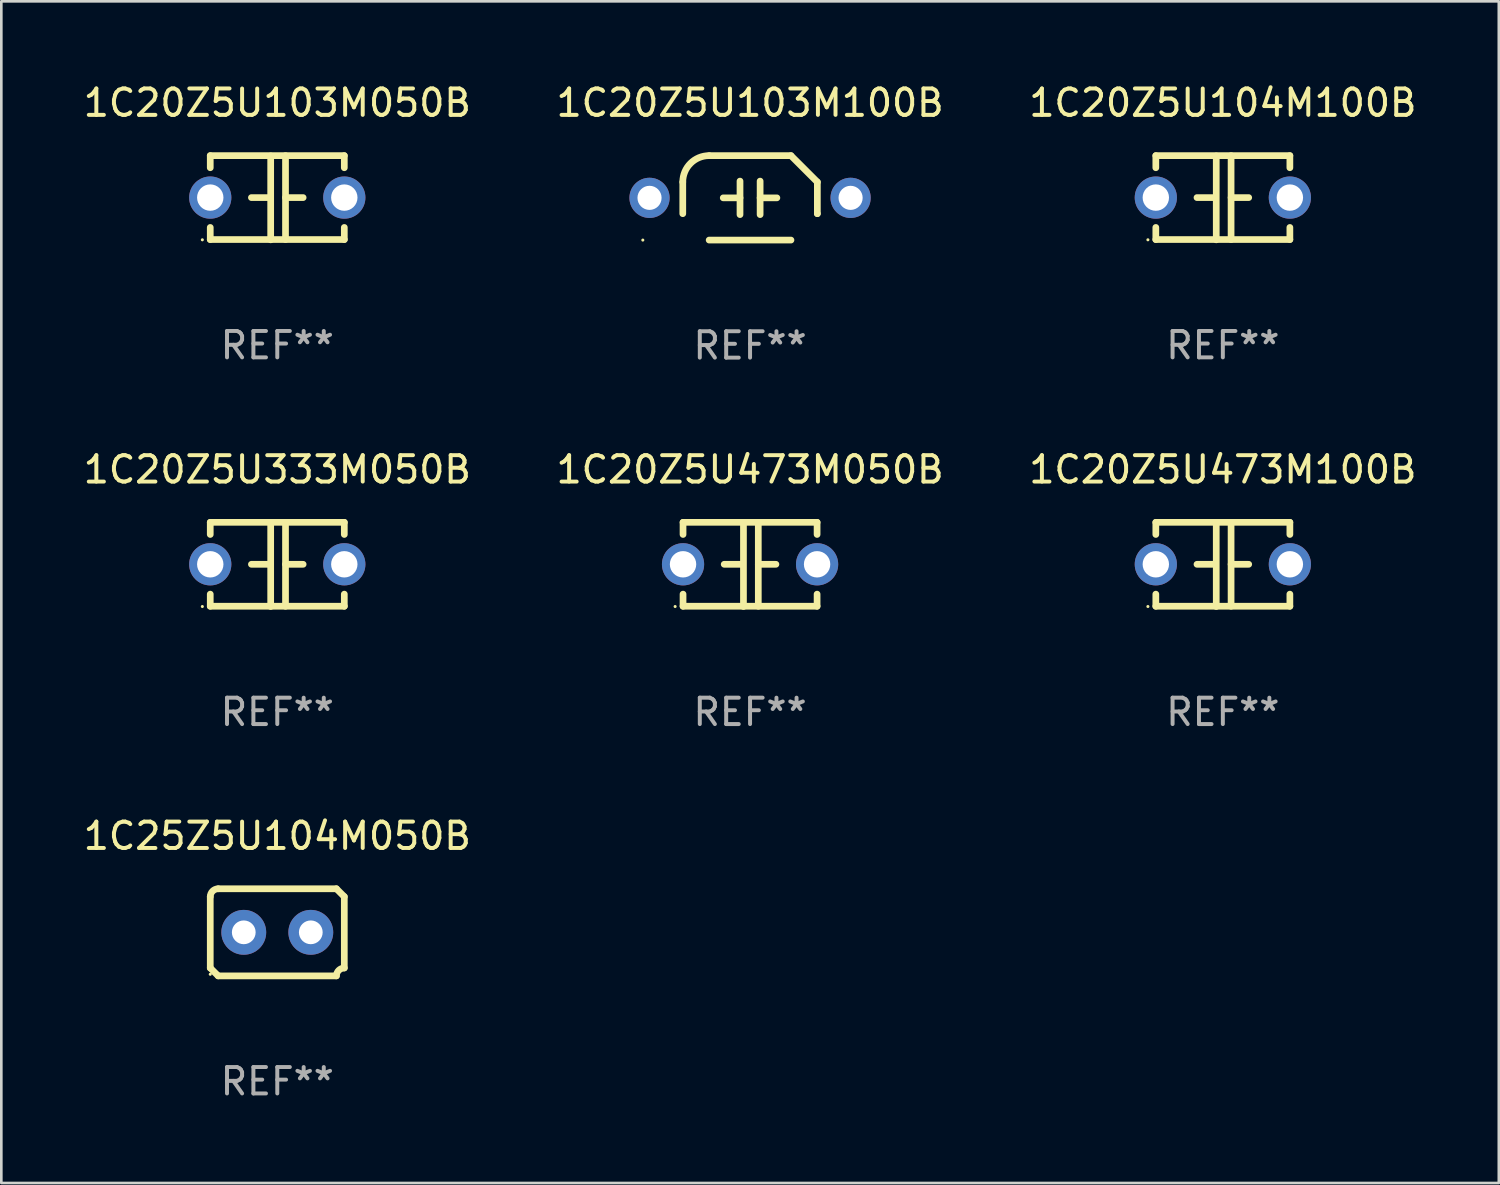
<source format=kicad_pcb>
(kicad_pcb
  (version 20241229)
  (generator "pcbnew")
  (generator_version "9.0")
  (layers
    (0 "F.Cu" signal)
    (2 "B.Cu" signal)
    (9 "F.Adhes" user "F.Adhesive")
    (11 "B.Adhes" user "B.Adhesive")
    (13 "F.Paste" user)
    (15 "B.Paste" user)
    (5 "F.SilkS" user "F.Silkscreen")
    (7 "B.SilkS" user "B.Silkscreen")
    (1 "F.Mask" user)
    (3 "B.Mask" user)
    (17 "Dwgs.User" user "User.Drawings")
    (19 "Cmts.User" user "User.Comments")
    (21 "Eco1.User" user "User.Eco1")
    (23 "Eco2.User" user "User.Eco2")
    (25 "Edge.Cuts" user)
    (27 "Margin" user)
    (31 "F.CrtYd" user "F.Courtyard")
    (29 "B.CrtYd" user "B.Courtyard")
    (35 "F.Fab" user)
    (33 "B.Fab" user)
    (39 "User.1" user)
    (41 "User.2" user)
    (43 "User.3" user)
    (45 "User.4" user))
  (footprint "1C20Z5U104M100B"
    (layer "F.Cu")
    (at 43.292 4.443)
    (property "Reference" "1C20Z5U104M100B" (at 0 -3.595 0) (layer "F.SilkS") (effects (font (size 1 1) (thickness 0.15))))
    (attr through_hole)
    (fp_line (start -2.54 -1.595) (end -2.54 -1.136) (stroke (width 0.254) (type solid)) (layer "F.SilkS"))
    (fp_line (start -2.54 -1.595) (end 2.54 -1.595) (stroke (width 0.254) (type solid)) (layer "F.SilkS"))
    (fp_line (start -2.54 1.126) (end -2.54 1.585) (stroke (width 0.254) (type solid)) (layer "F.SilkS"))
    (fp_line (start -0.312 -0.005) (end -0.98 -0.005) (stroke (width 0.254) (type solid)) (layer "F.SilkS"))
    (fp_line (start -0.25 -1.585) (end -0.25 1.595) (stroke (width 0.254) (type solid)) (layer "F.SilkS"))
    (fp_line (start 0.312 -1.595) (end 0.312 1.585) (stroke (width 0.254) (type solid)) (layer "F.SilkS"))
    (fp_line (start 0.312 -0.005) (end 0.98 -0.005) (stroke (width 0.254) (type solid)) (layer "F.SilkS"))
    (fp_line (start 2.54 -1.595) (end 2.54 -1.136) (stroke (width 0.254) (type solid)) (layer "F.SilkS"))
    (fp_line (start 2.54 1.126) (end 2.54 1.585) (stroke (width 0.254) (type solid)) (layer "F.SilkS"))
    (fp_line (start 2.54 1.585) (end -2.54 1.585) (stroke (width 0.254) (type solid)) (layer "F.SilkS"))
    (fp_circle (center -2.84 1.595) (end -2.81 1.595) (stroke (width 0.06) (type solid)) (fill no) (layer "F.SilkS"))
    (fp_text user "REF**" (at 0 5.595 0) (layer "F.Fab") (effects (font (size 1 1) (thickness 0.15))))
    (pad "1" thru_hole circle (at -2.54 -0.005) (size 1.6 1.6) (drill 1) (layers "*.Cu" "*.Mask"))
    (pad "2" thru_hole circle (at 2.54 -0.005) (size 1.6 1.6) (drill 1) (layers "*.Cu" "*.Mask")))
  (footprint "1C20Z5U333M050B"
    (layer "F.Cu")
    (at 7.458 18.34)
    (property "Reference" "1C20Z5U333M050B" (at 0 -3.595 0) (layer "F.SilkS") (effects (font (size 1 1) (thickness 0.15))))
    (attr through_hole)
    (fp_line (start -2.54 -1.595) (end -2.54 -1.136) (stroke (width 0.254) (type solid)) (layer "F.SilkS"))
    (fp_line (start -2.54 -1.595) (end 2.54 -1.595) (stroke (width 0.254) (type solid)) (layer "F.SilkS"))
    (fp_line (start -2.54 1.126) (end -2.54 1.585) (stroke (width 0.254) (type solid)) (layer "F.SilkS"))
    (fp_line (start -0.312 -0.005) (end -0.98 -0.005) (stroke (width 0.254) (type solid)) (layer "F.SilkS"))
    (fp_line (start -0.25 -1.585) (end -0.25 1.595) (stroke (width 0.254) (type solid)) (layer "F.SilkS"))
    (fp_line (start 0.312 -1.595) (end 0.312 1.585) (stroke (width 0.254) (type solid)) (layer "F.SilkS"))
    (fp_line (start 0.312 -0.005) (end 0.98 -0.005) (stroke (width 0.254) (type solid)) (layer "F.SilkS"))
    (fp_line (start 2.54 -1.595) (end 2.54 -1.136) (stroke (width 0.254) (type solid)) (layer "F.SilkS"))
    (fp_line (start 2.54 1.126) (end 2.54 1.585) (stroke (width 0.254) (type solid)) (layer "F.SilkS"))
    (fp_line (start 2.54 1.585) (end -2.54 1.585) (stroke (width 0.254) (type solid)) (layer "F.SilkS"))
    (fp_circle (center -2.84 1.595) (end -2.81 1.595) (stroke (width 0.06) (type solid)) (fill no) (layer "F.SilkS"))
    (fp_text user "REF**" (at 0 5.595 0) (layer "F.Fab") (effects (font (size 1 1) (thickness 0.15))))
    (pad "1" thru_hole circle (at -2.54 -0.005) (size 1.6 1.6) (drill 1) (layers "*.Cu" "*.Mask"))
    (pad "2" thru_hole circle (at 2.54 -0.005) (size 1.6 1.6) (drill 1) (layers "*.Cu" "*.Mask")))
  (footprint "1C20Z5U473M050B"
    (layer "F.Cu")
    (at 25.375 18.34)
    (property "Reference" "1C20Z5U473M050B" (at 0 -3.595 0) (layer "F.SilkS") (effects (font (size 1 1) (thickness 0.15))))
    (attr through_hole)
    (fp_line (start -2.54 -1.595) (end -2.54 -1.136) (stroke (width 0.254) (type solid)) (layer "F.SilkS"))
    (fp_line (start -2.54 -1.595) (end 2.54 -1.595) (stroke (width 0.254) (type solid)) (layer "F.SilkS"))
    (fp_line (start -2.54 1.126) (end -2.54 1.585) (stroke (width 0.254) (type solid)) (layer "F.SilkS"))
    (fp_line (start -0.312 -0.005) (end -0.98 -0.005) (stroke (width 0.254) (type solid)) (layer "F.SilkS"))
    (fp_line (start -0.25 -1.585) (end -0.25 1.595) (stroke (width 0.254) (type solid)) (layer "F.SilkS"))
    (fp_line (start 0.312 -1.595) (end 0.312 1.585) (stroke (width 0.254) (type solid)) (layer "F.SilkS"))
    (fp_line (start 0.312 -0.005) (end 0.98 -0.005) (stroke (width 0.254) (type solid)) (layer "F.SilkS"))
    (fp_line (start 2.54 -1.595) (end 2.54 -1.136) (stroke (width 0.254) (type solid)) (layer "F.SilkS"))
    (fp_line (start 2.54 1.126) (end 2.54 1.585) (stroke (width 0.254) (type solid)) (layer "F.SilkS"))
    (fp_line (start 2.54 1.585) (end -2.54 1.585) (stroke (width 0.254) (type solid)) (layer "F.SilkS"))
    (fp_circle (center -2.84 1.595) (end -2.81 1.595) (stroke (width 0.06) (type solid)) (fill no) (layer "F.SilkS"))
    (fp_text user "REF**" (at 0 5.595 0) (layer "F.Fab") (effects (font (size 1 1) (thickness 0.15))))
    (pad "1" thru_hole circle (at -2.54 -0.005) (size 1.6 1.6) (drill 1) (layers "*.Cu" "*.Mask"))
    (pad "2" thru_hole circle (at 2.54 -0.005) (size 1.6 1.6) (drill 1) (layers "*.Cu" "*.Mask")))
  (footprint "1C20Z5U103M050B"
    (layer "F.Cu")
    (at 7.458 4.443)
    (property "Reference" "1C20Z5U103M050B" (at 0 -3.595 0) (layer "F.SilkS") (effects (font (size 1 1) (thickness 0.15))))
    (attr through_hole)
    (fp_line (start -2.54 -1.595) (end -2.54 -1.136) (stroke (width 0.254) (type solid)) (layer "F.SilkS"))
    (fp_line (start -2.54 -1.595) (end 2.54 -1.595) (stroke (width 0.254) (type solid)) (layer "F.SilkS"))
    (fp_line (start -2.54 1.126) (end -2.54 1.585) (stroke (width 0.254) (type solid)) (layer "F.SilkS"))
    (fp_line (start -0.312 -0.005) (end -0.98 -0.005) (stroke (width 0.254) (type solid)) (layer "F.SilkS"))
    (fp_line (start -0.25 -1.585) (end -0.25 1.595) (stroke (width 0.254) (type solid)) (layer "F.SilkS"))
    (fp_line (start 0.312 -1.595) (end 0.312 1.585) (stroke (width 0.254) (type solid)) (layer "F.SilkS"))
    (fp_line (start 0.312 -0.005) (end 0.98 -0.005) (stroke (width 0.254) (type solid)) (layer "F.SilkS"))
    (fp_line (start 2.54 -1.595) (end 2.54 -1.136) (stroke (width 0.254) (type solid)) (layer "F.SilkS"))
    (fp_line (start 2.54 1.126) (end 2.54 1.585) (stroke (width 0.254) (type solid)) (layer "F.SilkS"))
    (fp_line (start 2.54 1.585) (end -2.54 1.585) (stroke (width 0.254) (type solid)) (layer "F.SilkS"))
    (fp_circle (center -2.84 1.595) (end -2.81 1.595) (stroke (width 0.06) (type solid)) (fill no) (layer "F.SilkS"))
    (fp_text user "REF**" (at 0 5.595 0) (layer "F.Fab") (effects (font (size 1 1) (thickness 0.15))))
    (pad "1" thru_hole circle (at -2.54 -0.005) (size 1.6 1.6) (drill 1) (layers "*.Cu" "*.Mask"))
    (pad "2" thru_hole circle (at 2.54 -0.005) (size 1.6 1.6) (drill 1) (layers "*.Cu" "*.Mask")))
  (footprint "1C20Z5U473M100B"
    (layer "F.Cu")
    (at 43.292 18.34)
    (property "Reference" "1C20Z5U473M100B" (at 0 -3.595 0) (layer "F.SilkS") (effects (font (size 1 1) (thickness 0.15))))
    (attr through_hole)
    (fp_line (start -2.54 -1.595) (end -2.54 -1.136) (stroke (width 0.254) (type solid)) (layer "F.SilkS"))
    (fp_line (start -2.54 -1.595) (end 2.54 -1.595) (stroke (width 0.254) (type solid)) (layer "F.SilkS"))
    (fp_line (start -2.54 1.126) (end -2.54 1.585) (stroke (width 0.254) (type solid)) (layer "F.SilkS"))
    (fp_line (start -0.312 -0.005) (end -0.98 -0.005) (stroke (width 0.254) (type solid)) (layer "F.SilkS"))
    (fp_line (start -0.25 -1.585) (end -0.25 1.595) (stroke (width 0.254) (type solid)) (layer "F.SilkS"))
    (fp_line (start 0.312 -1.595) (end 0.312 1.585) (stroke (width 0.254) (type solid)) (layer "F.SilkS"))
    (fp_line (start 0.312 -0.005) (end 0.98 -0.005) (stroke (width 0.254) (type solid)) (layer "F.SilkS"))
    (fp_line (start 2.54 -1.595) (end 2.54 -1.136) (stroke (width 0.254) (type solid)) (layer "F.SilkS"))
    (fp_line (start 2.54 1.126) (end 2.54 1.585) (stroke (width 0.254) (type solid)) (layer "F.SilkS"))
    (fp_line (start 2.54 1.585) (end -2.54 1.585) (stroke (width 0.254) (type solid)) (layer "F.SilkS"))
    (fp_circle (center -2.84 1.595) (end -2.81 1.595) (stroke (width 0.06) (type solid)) (fill no) (layer "F.SilkS"))
    (fp_text user "REF**" (at 0 5.595 0) (layer "F.Fab") (effects (font (size 1 1) (thickness 0.15))))
    (pad "1" thru_hole circle (at -2.54 -0.005) (size 1.6 1.6) (drill 1) (layers "*.Cu" "*.Mask"))
    (pad "2" thru_hole circle (at 2.54 -0.005) (size 1.6 1.6) (drill 1) (layers "*.Cu" "*.Mask")))
  (footprint "1C25Z5U104M050B"
    (layer "F.Cu")
    (at 7.458 32.282)
    (property "Reference" "1C25Z5U104M050B" (at 0 -3.651 0) (layer "F.SilkS") (effects (font (size 1 1) (thickness 0.15))))
    (attr through_hole)
    (fp_line (start -2.54 -1.351) (end -2.54 1.351) (stroke (width 0.254) (type solid)) (layer "F.SilkS"))
    (fp_line (start -2.24 -1.651) (end 2.24 -1.651) (stroke (width 0.254) (type solid)) (layer "F.SilkS"))
    (fp_line (start 2.24 1.651) (end -2.24 1.651) (stroke (width 0.254) (type solid)) (layer "F.SilkS"))
    (fp_line (start 2.54 1.351) (end 2.54 -1.351) (stroke (width 0.254) (type solid)) (layer "F.SilkS"))
    (fp_arc (start -2.540005 -1.351283) (mid -2.450115 -1.561309) (end -2.240005 -1.651003) (stroke (width 0.254001) (type solid)) (layer "F.SilkS"))
    (fp_arc (start -2.240287 1.651001) (mid -2.390163 1.501019) (end -2.540005 1.351003) (stroke (width 0.254001) (type solid)) (layer "F.SilkS"))
    (fp_arc (start 2.240005 1.651003) (mid 2.329934 1.441015) (end 2.540005 1.351282) (stroke (width 0.254001) (type solid)) (layer "F.SilkS"))
    (fp_arc (start 2.540005 -1.351003) (mid 2.389393 -1.500252) (end 2.240284 -1.651003) (stroke (width 0.254001) (type solid)) (layer "F.SilkS"))
    (fp_circle (center -2.54 1.59) (end -2.51 1.59) (stroke (width 0.06) (type solid)) (fill no) (layer "F.SilkS"))
    (fp_text user "REF**" (at 0 5.651 0) (layer "F.Fab") (effects (font (size 1 1) (thickness 0.15))))
    (pad "1" thru_hole circle (at -1.27 0) (size 1.7 1.7) (drill 0.9) (layers "*.Cu" "*.Mask"))
    (pad "2" thru_hole circle (at 1.27 0) (size 1.7 1.7) (drill 0.9) (layers "*.Cu" "*.Mask")))
  (footprint "1C20Z5U103M100B"
    (layer "F.Cu")
    (at 25.375 4.448)
    (property "Reference" "1C20Z5U103M100B" (at 0 -3.6 0) (layer "F.SilkS") (effects (font (size 1 1) (thickness 0.15))))
    (attr through_hole)
    (fp_line (start -2.55 0.6) (end -2.55 -0.6) (stroke (width 0.254) (type solid)) (layer "F.SilkS"))
    (fp_line (start -1.55 -1.6) (end 1.55 -1.6) (stroke (width 0.254) (type solid)) (layer "F.SilkS"))
    (fp_line (start -1.016 0) (end -0.381 0) (stroke (width 0.254) (type solid)) (layer "F.SilkS"))
    (fp_line (start -0.381 -0.635) (end -0.381 0.635) (stroke (width 0.254) (type solid)) (layer "F.SilkS"))
    (fp_line (start 0.381 -0.635) (end 0.381 0.635) (stroke (width 0.254) (type solid)) (layer "F.SilkS"))
    (fp_line (start 1.016 0) (end 0.381 0) (stroke (width 0.254) (type solid)) (layer "F.SilkS"))
    (fp_line (start 1.55 1.6) (end -1.55 1.6) (stroke (width 0.254) (type solid)) (layer "F.SilkS"))
    (fp_line (start 2.55 -0.6) (end 2.55 0.6) (stroke (width 0.254) (type solid)) (layer "F.SilkS"))
    (fp_line (start 2.55 0.6) (end 2.55 0.6) (stroke (width 0.254) (type solid)) (layer "F.SilkS"))
    (fp_arc (start -2.549987 -0.600025) (mid -2.257094 -1.307132) (end -1.549987 -1.600025) (stroke (width 0.254001) (type solid)) (layer "F.SilkS"))
    (fp_arc (start 1.550014 -1.600024) (mid 2.050986 -1.100997) (end 2.550013 -0.600025) (stroke (width 0.254001) (type solid)) (layer "F.SilkS"))
    (fp_circle (center -4.064 1.6) (end -4.034 1.6) (stroke (width 0.06) (type solid)) (fill no) (layer "F.SilkS"))
    (fp_text user "REF**" (at 0 5.6 0) (layer "F.Fab") (effects (font (size 1 1) (thickness 0.15))))
    (pad "1" thru_hole circle (at -3.81 0) (size 1.524 1.524) (drill 0.914) (layers "*.Cu" "*.Mask"))
    (pad "2" thru_hole circle (at 3.81 0) (size 1.524 1.524) (drill 0.914) (layers "*.Cu" "*.Mask")))
  (gr_rect
    (start -3 -3)
    (end 53.75 41.782)
    (stroke (width 0.1) (type default))
    (fill no)
    (layer "Edge.Cuts")))
</source>
